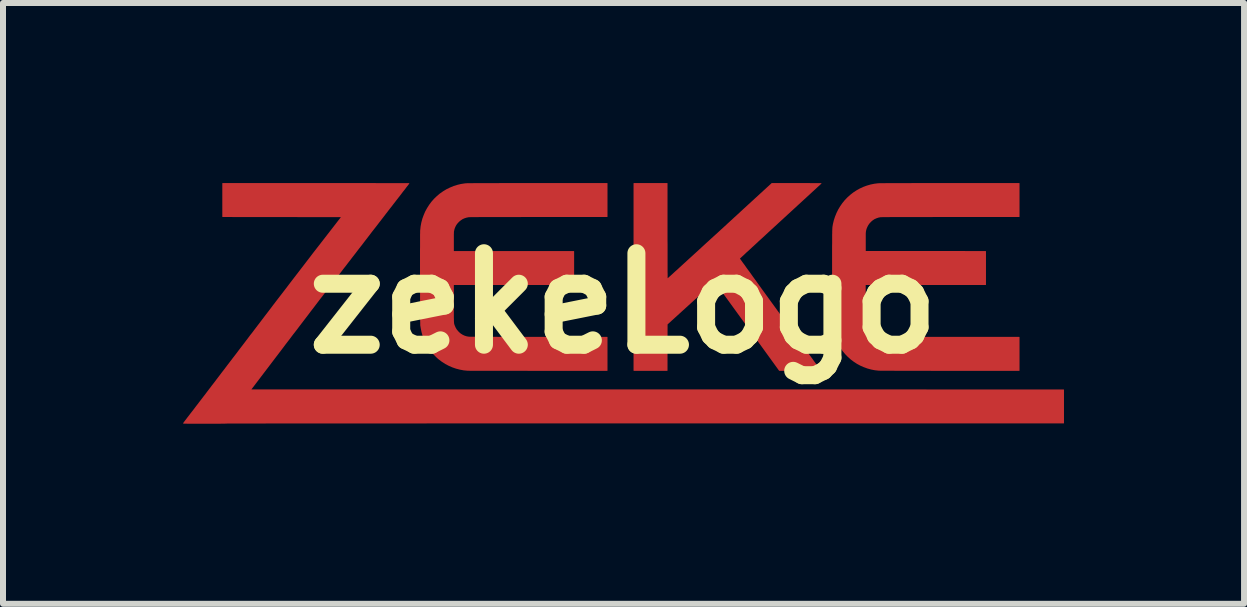
<source format=kicad_pcb>
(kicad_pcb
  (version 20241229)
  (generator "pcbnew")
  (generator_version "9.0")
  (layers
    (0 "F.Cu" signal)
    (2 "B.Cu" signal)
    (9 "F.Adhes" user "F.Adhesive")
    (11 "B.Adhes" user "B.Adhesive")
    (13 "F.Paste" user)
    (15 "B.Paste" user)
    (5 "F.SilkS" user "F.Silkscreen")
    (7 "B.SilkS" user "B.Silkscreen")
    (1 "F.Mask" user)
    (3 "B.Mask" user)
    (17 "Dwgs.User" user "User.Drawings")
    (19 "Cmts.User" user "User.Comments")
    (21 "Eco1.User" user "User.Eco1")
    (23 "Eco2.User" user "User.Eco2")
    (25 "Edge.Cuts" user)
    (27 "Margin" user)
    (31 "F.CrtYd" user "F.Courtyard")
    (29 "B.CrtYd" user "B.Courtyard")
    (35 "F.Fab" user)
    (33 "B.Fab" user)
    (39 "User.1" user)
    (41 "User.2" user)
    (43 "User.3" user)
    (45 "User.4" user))
  (footprint "zekeLogo"
    (layer "F.Cu")
    (at 7.336 2.004)
    (property "Reference" "zekeLogo" (at 0 0 0) (layer "F.SilkS") (effects (font (size 1.524 1.524) (thickness 0.3))))
    (attr through_hole)
    (pad "1" smd custom (at -6.57 1.68) (size 0.5 0.5) (layers "F.Cu" "F.Mask") (options (anchor circle)) (primitives (gr_poly (pts (xy 1.535 -3.679) (xy 1.622 -3.679) (xy 1.708 -3.679) (xy 1.792 -3.679) (xy 1.875 -3.679) (xy 1.956 -3.679) (xy 2.035 -3.679) (xy 2.112 -3.679) (xy 2.186 -3.679) (xy 2.259 -3.679) (xy 2.328 -3.679) (xy 2.395 -3.679) (xy 2.46 -3.678) (xy 2.521 -3.678) (xy 2.58 -3.678) (xy 2.635 -3.678) (xy 2.687 -3.678) (xy 2.735 -3.678) (xy 2.78 -3.678) (xy 2.821 -3.678) (xy 2.858 -3.678) (xy 2.891 -3.678) (xy 2.92 -3.678) (xy 2.945 -3.678) (xy 2.965 -3.678) (xy 2.981 -3.678) (xy 2.992 -3.678) (xy 2.998 -3.678) (xy 2.999 -3.678) (xy 2.998 -3.676) (xy 2.993 -3.67) (xy 2.986 -3.66) (xy 2.976 -3.647) (xy 2.964 -3.632) (xy 2.949 -3.613) (xy 2.933 -3.591) (xy 2.915 -3.568) (xy 2.894 -3.542) (xy 2.873 -3.514) (xy 2.85 -3.484) (xy 2.826 -3.453) (xy 2.801 -3.421) (xy 2.784 -3.399) (xy 2.761 -3.369) (xy 2.735 -3.336) (xy 2.707 -3.299) (xy 2.676 -3.26) (xy 2.643 -3.217) (xy 2.609 -3.173) (xy 2.573 -3.126) (xy 2.536 -3.078) (xy 2.498 -3.029) (xy 2.459 -2.978) (xy 2.42 -2.928) (xy 2.38 -2.877) (xy 2.341 -2.826) (xy 2.302 -2.775) (xy 2.264 -2.726) (xy 2.227 -2.677) (xy 2.207 -2.651) (xy 2.17 -2.604) (xy 2.133 -2.556) (xy 2.095 -2.506) (xy 2.056 -2.456) (xy 2.018 -2.406) (xy 1.979 -2.356) (xy 1.941 -2.306) (xy 1.903 -2.258) (xy 1.867 -2.21) (xy 1.831 -2.164) (xy 1.797 -2.119) (xy 1.764 -2.077) (xy 1.734 -2.038) (xy 1.705 -2.001) (xy 1.679 -1.967) (xy 1.656 -1.937) (xy 1.643 -1.92) (xy 1.625 -1.897) (xy 1.605 -1.871) (xy 1.582 -1.841) (xy 1.556 -1.807) (xy 1.528 -1.771) (xy 1.497 -1.731) (xy 1.465 -1.689) (xy 1.431 -1.644) (xy 1.395 -1.597) (xy 1.357 -1.548) (xy 1.319 -1.497) (xy 1.279 -1.445) (xy 1.238 -1.391) (xy 1.196 -1.336) (xy 1.154 -1.281) (xy 1.111 -1.224) (xy 1.067 -1.168) (xy 1.024 -1.111) (xy 0.981 -1.054) (xy 0.937 -0.997) (xy 0.902 -0.95) (xy 0.363 -0.241) (xy 7.135 -0.241) (xy 13.907 -0.24) (xy 13.907 0.316) (xy 6.926 0.316) (xy 6.662 0.316) (xy 6.404 0.316) (xy 6.15 0.316) (xy 5.902 0.316) (xy 5.659 0.316) (xy 5.421 0.316) (xy 5.187 0.316) (xy 4.959 0.316) (xy 4.736 0.316) (xy 4.518 0.316) (xy 4.306 0.316) (xy 4.098 0.316) (xy 3.895 0.316) (xy 3.697 0.316) (xy 3.505 0.316) (xy 3.317 0.316) (xy 3.135 0.317) (xy 2.957 0.317) (xy 2.785 0.317) (xy 2.618 0.317) (xy 2.456 0.317) (xy 2.298 0.317) (xy 2.146 0.317) (xy 1.999 0.317) (xy 1.857 0.317) (xy 1.721 0.317) (xy 1.589 0.317) (xy 1.462 0.317) (xy 1.34 0.317) (xy 1.224 0.317) (xy 1.112 0.317) (xy 1.006 0.317) (xy 0.905 0.317) (xy 0.808 0.317) (xy 0.717 0.317) (xy 0.631 0.317) (xy 0.55 0.318) (xy 0.474 0.318) (xy 0.403 0.318) (xy 0.337 0.318) (xy 0.276 0.318) (xy 0.221 0.318) (xy 0.17 0.318) (xy 0.125 0.318) (xy 0.084 0.318) (xy 0.049 0.318) (xy 0.018 0.318) (xy -0.007 0.318) (xy -0.027 0.318) (xy -0.042 0.319) (xy -0.052 0.319) (xy -0.057 0.319) (xy -0.057 0.319) (xy -0.06 0.319) (xy -0.068 0.32) (xy -0.081 0.32) (xy -0.099 0.32) (xy -0.122 0.32) (xy -0.149 0.321) (xy -0.182 0.321) (xy -0.22 0.321) (xy -0.262 0.321) (xy -0.309 0.321) (xy -0.361 0.321) (xy -0.411 0.321) (xy -0.462 0.321) (xy -0.508 0.321) (xy -0.549 0.321) (xy -0.586 0.321) (xy -0.619 0.321) (xy -0.648 0.321) (xy -0.673 0.321) (xy -0.694 0.321) (xy -0.712 0.32) (xy -0.727 0.32) (xy -0.739 0.32) (xy -0.748 0.32) (xy -0.754 0.319) (xy -0.758 0.319) (xy -0.76 0.318) (xy -0.761 0.318) (xy -0.759 0.316) (xy -0.754 0.31) (xy -0.747 0.3) (xy -0.737 0.287) (xy -0.725 0.271) (xy -0.71 0.252) (xy -0.694 0.23) (xy -0.675 0.206) (xy -0.655 0.18) (xy -0.634 0.152) (xy -0.611 0.123) (xy -0.587 0.092) (xy -0.563 0.06) (xy -0.553 0.047) (xy -0.538 0.027) (xy -0.519 0.003) (xy -0.498 -0.025) (xy -0.474 -0.056) (xy -0.448 -0.09) (xy -0.419 -0.128) (xy -0.388 -0.168) (xy -0.355 -0.212) (xy -0.32 -0.258) (xy -0.283 -0.307) (xy -0.244 -0.357) (xy -0.204 -0.41) (xy -0.162 -0.465) (xy -0.119 -0.522) (xy -0.074 -0.58) (xy -0.029 -0.64) (xy 0.018 -0.701) (xy 0.065 -0.763) (xy 0.113 -0.825) (xy 0.161 -0.889) (xy 0.21 -0.953) (xy 0.259 -1.017) (xy 0.308 -1.082) (xy 0.357 -1.147) (xy 0.381 -1.177) (xy 0.456 -1.276) (xy 0.53 -1.373) (xy 0.603 -1.469) (xy 0.675 -1.563) (xy 0.745 -1.656) (xy 0.814 -1.746) (xy 0.882 -1.834) (xy 0.948 -1.92) (xy 1.011 -2.003) (xy 1.073 -2.084) (xy 1.133 -2.162) (xy 1.191 -2.237) (xy 1.246 -2.309) (xy 1.299 -2.378) (xy 1.349 -2.443) (xy 1.396 -2.505) (xy 1.441 -2.563) (xy 1.483 -2.617) (xy 1.491 -2.627) (xy 1.874 -3.121) (xy 0.883 -3.122) (xy -0.107 -3.123) (xy -0.107 -3.679) (xy 1.446 -3.679) (xy 1.535 -3.679)) (width 0.01) (fill yes))))
    (pad "1" smd custom (at -3.05 -0.58) (size 0.5 0.5) (layers "F.Cu" "F.Mask") (options (anchor circle)) (primitives (gr_poly (pts (xy 2.781 -0.863) (xy 1.639 -0.863) (xy 1.542 -0.863) (xy 1.449 -0.863) (xy 1.359 -0.863) (xy 1.274 -0.862) (xy 1.193 -0.862) (xy 1.115 -0.862) (xy 1.042 -0.862) (xy 0.973 -0.862) (xy 0.908 -0.862) (xy 0.847 -0.862) (xy 0.791 -0.862) (xy 0.739 -0.862) (xy 0.691 -0.862) (xy 0.648 -0.862) (xy 0.61 -0.861) (xy 0.576 -0.861) (xy 0.547 -0.861) (xy 0.523 -0.861) (xy 0.504 -0.861) (xy 0.489 -0.86) (xy 0.479 -0.86) (xy 0.475 -0.86) (xy 0.475 -0.86) (xy 0.438 -0.853) (xy 0.403 -0.842) (xy 0.369 -0.827) (xy 0.339 -0.807) (xy 0.311 -0.784) (xy 0.286 -0.758) (xy 0.264 -0.729) (xy 0.247 -0.697) (xy 0.233 -0.662) (xy 0.225 -0.628) (xy 0.224 -0.623) (xy 0.223 -0.617) (xy 0.222 -0.609) (xy 0.222 -0.6) (xy 0.222 -0.588) (xy 0.221 -0.573) (xy 0.221 -0.556) (xy 0.221 -0.534) (xy 0.221 -0.509) (xy 0.221 -0.48) (xy 0.221 -0.447) (xy 0.221 -0.286) (xy 2.225 -0.286) (xy 2.225 0.27) (xy 0.221 0.27) (xy 0.221 0.58) (xy 0.221 0.627) (xy 0.221 0.67) (xy 0.221 0.708) (xy 0.221 0.742) (xy 0.221 0.772) (xy 0.221 0.799) (xy 0.221 0.822) (xy 0.222 0.842) (xy 0.222 0.859) (xy 0.222 0.874) (xy 0.223 0.886) (xy 0.224 0.897) (xy 0.224 0.906) (xy 0.225 0.914) (xy 0.226 0.92) (xy 0.228 0.926) (xy 0.229 0.932) (xy 0.231 0.937) (xy 0.233 0.942) (xy 0.235 0.948) (xy 0.235 0.949) (xy 0.25 0.984) (xy 0.269 1.017) (xy 0.293 1.046) (xy 0.309 1.063) (xy 0.338 1.088) (xy 0.37 1.108) (xy 0.404 1.124) (xy 0.44 1.135) (xy 0.477 1.141) (xy 0.479 1.141) (xy 0.484 1.141) (xy 0.494 1.142) (xy 0.51 1.142) (xy 0.53 1.142) (xy 0.555 1.142) (xy 0.585 1.142) (xy 0.62 1.143) (xy 0.661 1.143) (xy 0.706 1.143) (xy 0.756 1.143) (xy 0.81 1.143) (xy 0.87 1.143) (xy 0.935 1.143) (xy 1.004 1.144) (xy 1.078 1.144) (xy 1.157 1.144) (xy 1.241 1.144) (xy 1.33 1.144) (xy 1.423 1.144) (xy 1.521 1.144) (xy 1.624 1.144) (xy 1.644 1.144) (xy 2.781 1.144) (xy 2.781 1.7) (xy 1.625 1.7) (xy 1.548 1.7) (xy 1.473 1.7) (xy 1.399 1.699) (xy 1.327 1.699) (xy 1.256 1.699) (xy 1.187 1.699) (xy 1.121 1.699) (xy 1.056 1.699) (xy 0.994 1.699) (xy 0.935 1.699) (xy 0.878 1.699) (xy 0.824 1.699) (xy 0.773 1.699) (xy 0.725 1.699) (xy 0.681 1.699) (xy 0.64 1.699) (xy 0.603 1.699) (xy 0.569 1.699) (xy 0.54 1.699) (xy 0.514 1.699) (xy 0.493 1.699) (xy 0.477 1.698) (xy 0.465 1.698) (xy 0.458 1.698) (xy 0.456 1.698) (xy 0.391 1.692) (xy 0.327 1.68) (xy 0.265 1.664) (xy 0.204 1.643) (xy 0.144 1.617) (xy 0.087 1.587) (xy 0.032 1.552) (xy -0.015 1.517) (xy -0.029 1.506) (xy -0.046 1.491) (xy -0.064 1.474) (xy -0.083 1.455) (xy -0.101 1.436) (xy -0.119 1.418) (xy -0.135 1.4) (xy -0.148 1.384) (xy -0.154 1.377) (xy -0.189 1.329) (xy -0.22 1.279) (xy -0.248 1.228) (xy -0.271 1.175) (xy -0.291 1.119) (xy -0.307 1.061) (xy -0.32 0.999) (xy -0.328 0.951) (xy -0.329 0.946) (xy -0.329 0.937) (xy -0.329 0.923) (xy -0.329 0.904) (xy -0.33 0.882) (xy -0.33 0.855) (xy -0.33 0.825) (xy -0.33 0.792) (xy -0.331 0.755) (xy -0.331 0.716) (xy -0.331 0.673) (xy -0.331 0.629) (xy -0.332 0.582) (xy -0.332 0.533) (xy -0.332 0.483) (xy -0.332 0.431) (xy -0.332 0.378) (xy -0.332 0.324) (xy -0.332 0.269) (xy -0.332 0.214) (xy -0.333 0.158) (xy -0.333 0.103) (xy -0.333 0.047) (xy -0.333 -0.007) (xy -0.333 -0.061) (xy -0.333 -0.115) (xy -0.333 -0.167) (xy -0.333 -0.217) (xy -0.333 -0.266) (xy -0.333 -0.313) (xy -0.332 -0.358) (xy -0.332 -0.4) (xy -0.332 -0.439) (xy -0.332 -0.476) (xy -0.332 -0.51) (xy -0.332 -0.54) (xy -0.332 -0.567) (xy -0.331 -0.59) (xy -0.331 -0.608) (xy -0.331 -0.623) (xy -0.331 -0.632) (xy -0.33 -0.637) (xy -0.323 -0.702) (xy -0.311 -0.766) (xy -0.294 -0.829) (xy -0.272 -0.889) (xy -0.247 -0.948) (xy -0.216 -1.004) (xy -0.182 -1.058) (xy -0.144 -1.109) (xy -0.102 -1.157) (xy -0.055 -1.202) (xy -0.006 -1.244) (xy -0.003 -1.246) (xy 0.05 -1.283) (xy 0.106 -1.317) (xy 0.164 -1.345) (xy 0.224 -1.37) (xy 0.285 -1.389) (xy 0.348 -1.404) (xy 0.413 -1.414) (xy 0.44 -1.416) (xy 0.445 -1.416) (xy 0.456 -1.417) (xy 0.471 -1.417) (xy 0.491 -1.417) (xy 0.516 -1.417) (xy 0.546 -1.417) (xy 0.581 -1.418) (xy 0.62 -1.418) (xy 0.665 -1.418) (xy 0.715 -1.418) (xy 0.769 -1.418) (xy 0.829 -1.418) (xy 0.893 -1.418) (xy 0.963 -1.418) (xy 1.037 -1.419) (xy 1.117 -1.419) (xy 1.201 -1.419) (xy 1.291 -1.419) (xy 1.385 -1.419) (xy 1.485 -1.419) (xy 1.59 -1.419) (xy 2.781 -1.419) (xy 2.781 -0.863)) (width 0.01) (fill yes))))
    (pad "1" smd custom (at 0.47 0.1) (size 0.5 0.5) (layers "F.Cu" "F.Mask") (options (anchor circle)) (primitives (gr_poly (pts (xy 2.826 -2.098) (xy 2.146 -1.473) (xy 2.096 -1.427) (xy 2.046 -1.381) (xy 1.998 -1.337) (xy 1.951 -1.294) (xy 1.906 -1.252) (xy 1.862 -1.211) (xy 1.819 -1.172) (xy 1.778 -1.135) (xy 1.74 -1.099) (xy 1.703 -1.065) (xy 1.668 -1.033) (xy 1.636 -1.003) (xy 1.606 -0.976) (xy 1.578 -0.951) (xy 1.554 -0.928) (xy 1.532 -0.907) (xy 1.513 -0.89) (xy 1.497 -0.875) (xy 1.484 -0.863) (xy 1.474 -0.854) (xy 1.468 -0.849) (xy 1.466 -0.846) (xy 1.466 -0.846) (xy 1.468 -0.844) (xy 1.472 -0.838) (xy 1.479 -0.828) (xy 1.489 -0.814) (xy 1.501 -0.797) (xy 1.516 -0.776) (xy 1.534 -0.752) (xy 1.554 -0.725) (xy 1.575 -0.694) (xy 1.599 -0.661) (xy 1.626 -0.625) (xy 1.654 -0.586) (xy 1.683 -0.545) (xy 1.715 -0.501) (xy 1.748 -0.455) (xy 1.783 -0.406) (xy 1.819 -0.356) (xy 1.857 -0.304) (xy 1.896 -0.25) (xy 1.936 -0.195) (xy 1.977 -0.138) (xy 2.02 -0.079) (xy 2.063 -0.02) (xy 2.107 0.041) (xy 2.131 0.074) (xy 2.175 0.136) (xy 2.219 0.196) (xy 2.262 0.255) (xy 2.304 0.313) (xy 2.345 0.37) (xy 2.384 0.425) (xy 2.423 0.479) (xy 2.46 0.53) (xy 2.496 0.58) (xy 2.531 0.628) (xy 2.564 0.673) (xy 2.595 0.716) (xy 2.624 0.757) (xy 2.652 0.795) (xy 2.678 0.831) (xy 2.701 0.863) (xy 2.723 0.893) (xy 2.742 0.919) (xy 2.759 0.943) (xy 2.773 0.963) (xy 2.785 0.979) (xy 2.794 0.992) (xy 2.8 1) (xy 2.804 1.005) (xy 2.805 1.006) (xy 2.814 1.02) (xy 2.129 1.02) (xy 1.051 -0.468) (xy 1.037 -0.456) (xy 1.034 -0.453) (xy 1.027 -0.447) (xy 1.017 -0.438) (xy 1.004 -0.426) (xy 0.987 -0.411) (xy 0.968 -0.393) (xy 0.946 -0.374) (xy 0.922 -0.351) (xy 0.895 -0.327) (xy 0.867 -0.301) (xy 0.836 -0.273) (xy 0.804 -0.244) (xy 0.77 -0.213) (xy 0.735 -0.181) (xy 0.698 -0.148) (xy 0.661 -0.114) (xy 0.643 -0.097) (xy 0.262 0.249) (xy 0.261 0.635) (xy 0.261 1.02) (xy -0.295 1.02) (xy -0.295 -2.099) (xy 0.261 -2.099) (xy 0.261 -1.302) (xy 0.261 -1.226) (xy 0.261 -1.153) (xy 0.262 -1.084) (xy 0.262 -1.017) (xy 0.262 -0.955) (xy 0.262 -0.896) (xy 0.262 -0.84) (xy 0.262 -0.789) (xy 0.262 -0.741) (xy 0.262 -0.698) (xy 0.262 -0.659) (xy 0.262 -0.624) (xy 0.263 -0.593) (xy 0.263 -0.567) (xy 0.263 -0.545) (xy 0.263 -0.529) (xy 0.263 -0.516) (xy 0.264 -0.509) (xy 0.264 -0.507) (xy 0.266 -0.509) (xy 0.272 -0.514) (xy 0.281 -0.522) (xy 0.294 -0.534) (xy 0.31 -0.548) (xy 0.329 -0.565) (xy 0.351 -0.585) (xy 0.376 -0.608) (xy 0.403 -0.633) (xy 0.434 -0.66) (xy 0.466 -0.69) (xy 0.501 -0.722) (xy 0.538 -0.756) (xy 0.578 -0.792) (xy 0.619 -0.83) (xy 0.662 -0.869) (xy 0.707 -0.91) (xy 0.753 -0.952) (xy 0.801 -0.996) (xy 0.85 -1.041) (xy 0.9 -1.087) (xy 0.952 -1.134) (xy 1.004 -1.182) (xy 1.057 -1.23) (xy 1.111 -1.279) (xy 1.165 -1.329) (xy 1.22 -1.379) (xy 1.275 -1.43) (xy 1.33 -1.48) (xy 1.385 -1.531) (xy 1.44 -1.581) (xy 1.495 -1.632) (xy 1.549 -1.682) (xy 1.57 -1.701) (xy 2.004 -2.099) (xy 2.826 -2.098)) (width 0.01) (fill yes))))
    (pad "1" smd custom (at 3.81 -0.56) (size 0.5 0.5) (layers "F.Cu" "F.Mask") (options (anchor circle)) (primitives (gr_poly (pts (xy 2.786 -0.883) (xy 1.642 -0.883) (xy 1.542 -0.883) (xy 1.447 -0.883) (xy 1.357 -0.883) (xy 1.272 -0.882) (xy 1.192 -0.882) (xy 1.116 -0.882) (xy 1.045 -0.882) (xy 0.979 -0.882) (xy 0.917 -0.882) (xy 0.86 -0.882) (xy 0.806 -0.882) (xy 0.757 -0.882) (xy 0.713 -0.882) (xy 0.672 -0.882) (xy 0.635 -0.882) (xy 0.603 -0.881) (xy 0.574 -0.881) (xy 0.549 -0.881) (xy 0.528 -0.881) (xy 0.511 -0.881) (xy 0.497 -0.88) (xy 0.486 -0.88) (xy 0.479 -0.88) (xy 0.476 -0.88) (xy 0.439 -0.873) (xy 0.404 -0.861) (xy 0.371 -0.846) (xy 0.341 -0.826) (xy 0.314 -0.803) (xy 0.289 -0.776) (xy 0.268 -0.747) (xy 0.251 -0.715) (xy 0.237 -0.681) (xy 0.228 -0.645) (xy 0.226 -0.627) (xy 0.225 -0.618) (xy 0.224 -0.603) (xy 0.224 -0.584) (xy 0.224 -0.56) (xy 0.224 -0.531) (xy 0.224 -0.497) (xy 0.224 -0.46) (xy 0.224 -0.455) (xy 0.224 -0.307) (xy 1.226 -0.307) (xy 2.227 -0.306) (xy 2.227 0.25) (xy 0.223 0.25) (xy 0.224 0.563) (xy 0.224 0.61) (xy 0.224 0.652) (xy 0.224 0.689) (xy 0.224 0.722) (xy 0.224 0.751) (xy 0.225 0.777) (xy 0.225 0.799) (xy 0.225 0.817) (xy 0.225 0.834) (xy 0.226 0.847) (xy 0.226 0.858) (xy 0.226 0.867) (xy 0.227 0.875) (xy 0.227 0.881) (xy 0.228 0.886) (xy 0.228 0.89) (xy 0.229 0.893) (xy 0.229 0.895) (xy 0.241 0.933) (xy 0.256 0.968) (xy 0.275 1) (xy 0.298 1.028) (xy 0.325 1.054) (xy 0.354 1.076) (xy 0.386 1.094) (xy 0.42 1.108) (xy 0.457 1.117) (xy 0.483 1.121) (xy 0.487 1.121) (xy 0.497 1.122) (xy 0.511 1.122) (xy 0.531 1.122) (xy 0.555 1.122) (xy 0.585 1.122) (xy 0.619 1.123) (xy 0.657 1.123) (xy 0.7 1.123) (xy 0.748 1.123) (xy 0.801 1.123) (xy 0.858 1.123) (xy 0.919 1.123) (xy 0.985 1.123) (xy 1.055 1.123) (xy 1.129 1.124) (xy 1.207 1.124) (xy 1.29 1.124) (xy 1.377 1.124) (xy 1.468 1.124) (xy 1.562 1.124) (xy 1.646 1.124) (xy 2.786 1.124) (xy 2.786 1.68) (xy 1.63 1.68) (xy 1.553 1.68) (xy 1.477 1.68) (xy 1.403 1.68) (xy 1.331 1.68) (xy 1.26 1.679) (xy 1.191 1.679) (xy 1.124 1.679) (xy 1.059 1.679) (xy 0.996 1.679) (xy 0.936 1.679) (xy 0.878 1.679) (xy 0.824 1.679) (xy 0.772 1.679) (xy 0.724 1.679) (xy 0.678 1.678) (xy 0.637 1.678) (xy 0.599 1.678) (xy 0.564 1.678) (xy 0.534 1.678) (xy 0.508 1.678) (xy 0.486 1.678) (xy 0.469 1.678) (xy 0.456 1.677) (xy 0.448 1.677) (xy 0.445 1.677) (xy 0.381 1.67) (xy 0.319 1.658) (xy 0.258 1.641) (xy 0.198 1.619) (xy 0.141 1.594) (xy 0.085 1.564) (xy 0.033 1.53) (xy -0.018 1.492) (xy -0.065 1.45) (xy -0.109 1.405) (xy -0.15 1.356) (xy -0.187 1.304) (xy -0.221 1.249) (xy -0.239 1.216) (xy -0.265 1.158) (xy -0.287 1.099) (xy -0.304 1.038) (xy -0.317 0.975) (xy -0.322 0.945) (xy -0.323 0.941) (xy -0.323 0.938) (xy -0.323 0.934) (xy -0.324 0.929) (xy -0.324 0.924) (xy -0.324 0.917) (xy -0.325 0.91) (xy -0.325 0.901) (xy -0.325 0.891) (xy -0.325 0.879) (xy -0.326 0.865) (xy -0.326 0.849) (xy -0.326 0.831) (xy -0.326 0.811) (xy -0.326 0.788) (xy -0.326 0.763) (xy -0.326 0.735) (xy -0.326 0.703) (xy -0.327 0.669) (xy -0.327 0.631) (xy -0.327 0.589) (xy -0.327 0.544) (xy -0.327 0.495) (xy -0.327 0.442) (xy -0.327 0.384) (xy -0.327 0.322) (xy -0.327 0.256) (xy -0.327 0.185) (xy -0.327 0.122) (xy -0.327 0.046) (xy -0.327 -0.025) (xy -0.327 -0.091) (xy -0.327 -0.153) (xy -0.327 -0.211) (xy -0.327 -0.264) (xy -0.327 -0.313) (xy -0.327 -0.358) (xy -0.327 -0.4) (xy -0.326 -0.438) (xy -0.326 -0.473) (xy -0.326 -0.505) (xy -0.326 -0.533) (xy -0.326 -0.559) (xy -0.326 -0.583) (xy -0.325 -0.604) (xy -0.325 -0.623) (xy -0.325 -0.639) (xy -0.324 -0.654) (xy -0.324 -0.667) (xy -0.323 -0.679) (xy -0.323 -0.689) (xy -0.322 -0.698) (xy -0.322 -0.706) (xy -0.321 -0.713) (xy -0.32 -0.72) (xy -0.319 -0.726) (xy -0.318 -0.731) (xy -0.317 -0.737) (xy -0.316 -0.743) (xy -0.315 -0.748) (xy -0.314 -0.755) (xy -0.313 -0.76) (xy -0.298 -0.823) (xy -0.278 -0.884) (xy -0.254 -0.943) (xy -0.226 -1) (xy -0.193 -1.055) (xy -0.157 -1.107) (xy -0.117 -1.156) (xy -0.073 -1.202) (xy -0.026 -1.244) (xy 0.025 -1.284) (xy 0.079 -1.319) (xy 0.131 -1.348) (xy 0.189 -1.375) (xy 0.249 -1.397) (xy 0.311 -1.415) (xy 0.375 -1.428) (xy 0.44 -1.436) (xy 0.445 -1.436) (xy 0.451 -1.436) (xy 0.461 -1.437) (xy 0.477 -1.437) (xy 0.497 -1.437) (xy 0.522 -1.437) (xy 0.553 -1.437) (xy 0.588 -1.438) (xy 0.628 -1.438) (xy 0.674 -1.438) (xy 0.724 -1.438) (xy 0.779 -1.438) (xy 0.84 -1.438) (xy 0.905 -1.438) (xy 0.975 -1.438) (xy 1.051 -1.439) (xy 1.131 -1.439) (xy 1.216 -1.439) (xy 1.307 -1.439) (xy 1.403 -1.439) (xy 1.503 -1.439) (xy 1.609 -1.439) (xy 2.786 -1.439) (xy 2.786 -0.883)) (width 0.01) (fill yes)))))
  (gr_rect
    (start -3 -3)
    (end 17.678 7.01)
    (stroke (width 0.1) (type default))
    (fill no)
    (layer "Edge.Cuts")))
</source>
